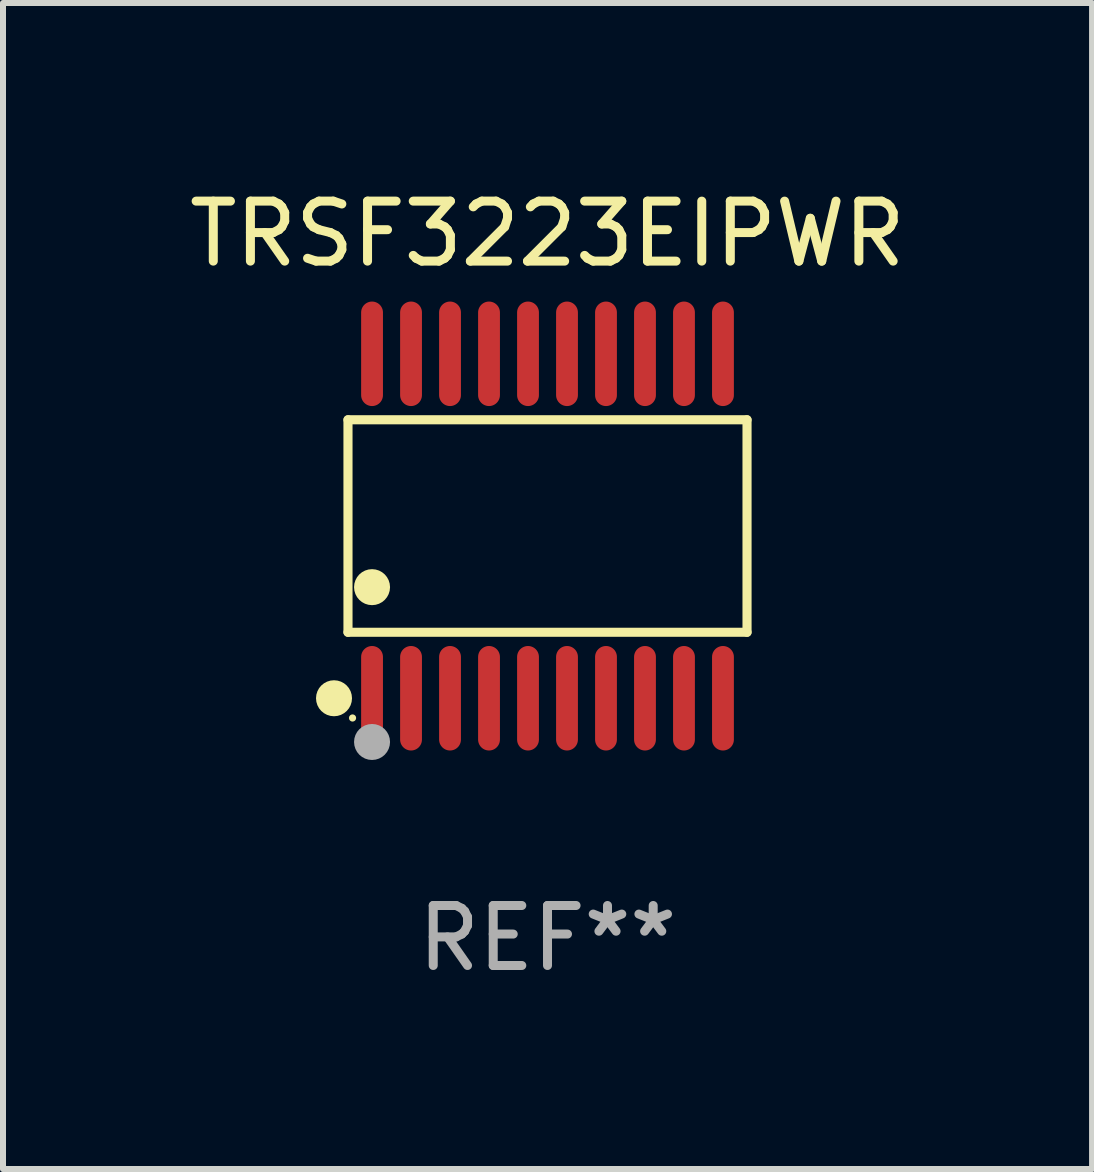
<source format=kicad_pcb>
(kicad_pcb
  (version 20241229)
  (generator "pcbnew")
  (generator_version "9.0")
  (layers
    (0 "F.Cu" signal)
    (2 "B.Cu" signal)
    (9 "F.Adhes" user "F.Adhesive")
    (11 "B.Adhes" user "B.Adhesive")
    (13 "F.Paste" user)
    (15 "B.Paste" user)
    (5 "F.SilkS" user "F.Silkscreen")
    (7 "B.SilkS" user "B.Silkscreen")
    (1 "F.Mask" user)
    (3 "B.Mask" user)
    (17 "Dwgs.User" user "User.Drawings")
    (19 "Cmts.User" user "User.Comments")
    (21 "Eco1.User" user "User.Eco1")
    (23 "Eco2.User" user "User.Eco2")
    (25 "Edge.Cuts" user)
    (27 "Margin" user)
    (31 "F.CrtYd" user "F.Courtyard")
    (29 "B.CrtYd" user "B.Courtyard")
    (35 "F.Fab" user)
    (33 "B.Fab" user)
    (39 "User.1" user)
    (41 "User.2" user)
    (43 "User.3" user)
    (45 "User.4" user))
  (footprint "TRSF3223EIPWR"
    (layer "F.Cu")
    (at 6.077 5.719)
    (property "Reference" "TRSF3223EIPWR" (at 0 -4.871 0) (layer "F.SilkS") (effects (font (size 1 1) (thickness 0.15))))
    (attr through_hole)
    (fp_line (start -3.326 -1.771) (end 3.326 -1.771) (stroke (width 0.152) (type solid)) (layer "F.SilkS"))
    (fp_line (start -3.326 1.771) (end -3.326 -1.771) (stroke (width 0.152) (type solid)) (layer "F.SilkS"))
    (fp_line (start 3.326 -1.771) (end 3.326 1.771) (stroke (width 0.152) (type solid)) (layer "F.SilkS"))
    (fp_line (start 3.326 1.771) (end -3.326 1.771) (stroke (width 0.152) (type solid)) (layer "F.SilkS"))
    (fp_circle (center -3.559 2.871) (end -3.409 2.871) (stroke (width 0.3) (type solid)) (fill no) (layer "F.SilkS"))
    (fp_circle (center -3.25 3.2) (end -3.22 3.2) (stroke (width 0.06) (type solid)) (fill no) (layer "F.SilkS"))
    (fp_circle (center -2.925 1.019) (end -2.775 1.019) (stroke (width 0.3) (type solid)) (fill no) (layer "F.SilkS"))
    (fp_circle (center -2.925 3.6) (end -2.775 3.6) (stroke (width 0.3) (type solid)) (fill no) (layer "F.Fab"))
    (fp_text user "REF**" (at 0 6.871 0) (layer "F.Fab") (effects (font (size 1 1) (thickness 0.15))))
    (pad "1" smd oval (at -2.925 2.871) (size 0.364 1.742) (layers "F.Cu" "F.Mask" "F.Paste"))
    (pad "2" smd oval (at -2.275 2.871) (size 0.364 1.742) (layers "F.Cu" "F.Mask" "F.Paste"))
    (pad "3" smd oval (at -1.625 2.871) (size 0.364 1.742) (layers "F.Cu" "F.Mask" "F.Paste"))
    (pad "4" smd oval (at -0.975 2.871) (size 0.364 1.742) (layers "F.Cu" "F.Mask" "F.Paste"))
    (pad "5" smd oval (at -0.325 2.871) (size 0.364 1.742) (layers "F.Cu" "F.Mask" "F.Paste"))
    (pad "6" smd oval (at 0.325 2.871) (size 0.364 1.742) (layers "F.Cu" "F.Mask" "F.Paste"))
    (pad "7" smd oval (at 0.975 2.871) (size 0.364 1.742) (layers "F.Cu" "F.Mask" "F.Paste"))
    (pad "8" smd oval (at 1.625 2.871) (size 0.364 1.742) (layers "F.Cu" "F.Mask" "F.Paste"))
    (pad "9" smd oval (at 2.275 2.871) (size 0.364 1.742) (layers "F.Cu" "F.Mask" "F.Paste"))
    (pad "10" smd oval (at 2.925 2.871) (size 0.364 1.742) (layers "F.Cu" "F.Mask" "F.Paste"))
    (pad "11" smd oval (at 2.925 -2.871) (size 0.364 1.742) (layers "F.Cu" "F.Mask" "F.Paste"))
    (pad "12" smd oval (at 2.275 -2.871) (size 0.364 1.742) (layers "F.Cu" "F.Mask" "F.Paste"))
    (pad "13" smd oval (at 1.625 -2.871) (size 0.364 1.742) (layers "F.Cu" "F.Mask" "F.Paste"))
    (pad "14" smd oval (at 0.975 -2.871) (size 0.364 1.742) (layers "F.Cu" "F.Mask" "F.Paste"))
    (pad "15" smd oval (at 0.325 -2.871) (size 0.364 1.742) (layers "F.Cu" "F.Mask" "F.Paste"))
    (pad "16" smd oval (at -0.325 -2.871) (size 0.364 1.742) (layers "F.Cu" "F.Mask" "F.Paste"))
    (pad "17" smd oval (at -0.975 -2.871) (size 0.364 1.742) (layers "F.Cu" "F.Mask" "F.Paste"))
    (pad "18" smd oval (at -1.625 -2.871) (size 0.364 1.742) (layers "F.Cu" "F.Mask" "F.Paste"))
    (pad "19" smd oval (at -2.275 -2.871) (size 0.364 1.742) (layers "F.Cu" "F.Mask" "F.Paste"))
    (pad "20" smd oval (at -2.925 -2.871) (size 0.364 1.742) (layers "F.Cu" "F.Mask" "F.Paste")))
  (gr_rect
    (start -3 -3)
    (end 15.155 16.438)
    (stroke (width 0.1) (type default))
    (fill no)
    (layer "Edge.Cuts")))
</source>
